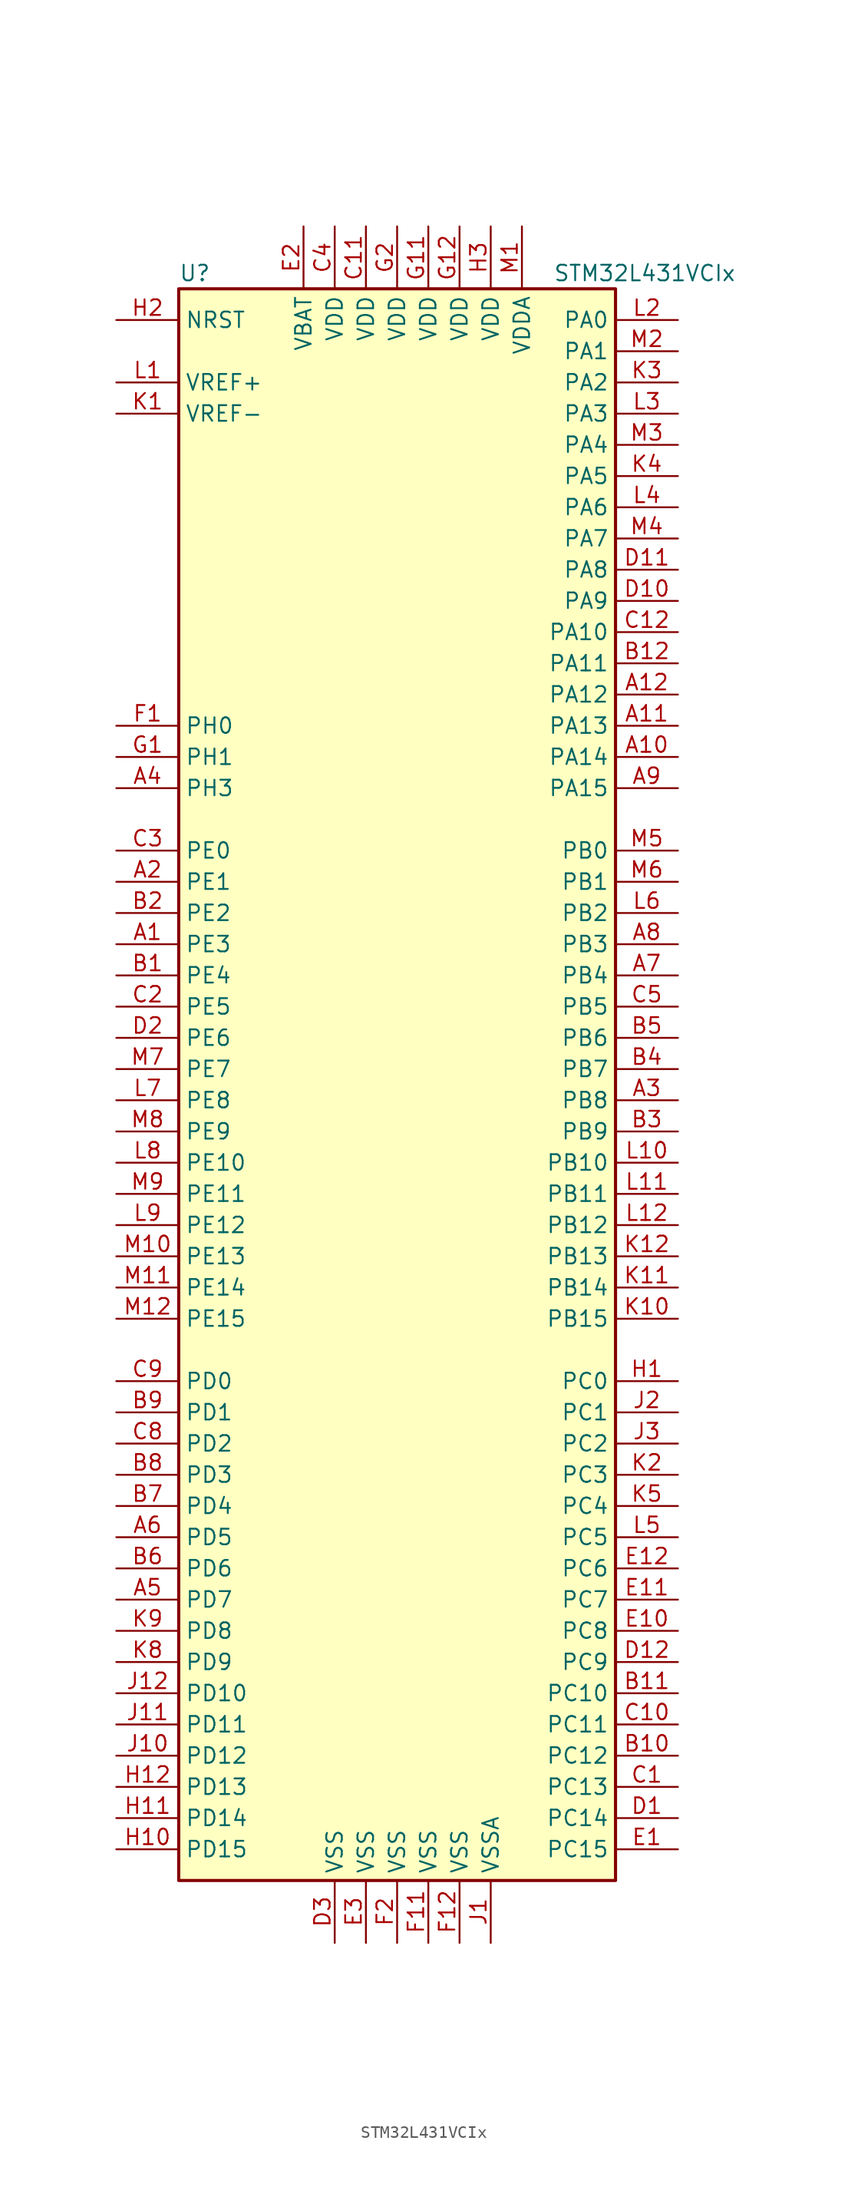
<source format=kicad_sym>
(kicad_symbol_lib
  (version 20201005)
  (generator kicad_symbol_editor)
  (symbol "STM32L431VCIx"
    (property "Reference" "U"
      (at -17.78 64.77 0)
      (effects (font (size 1.27 1.27)) (justify left)))
    (property "Value" "STM32L431VCIx"
      (at 12.7 64.77 0)
      (effects (font (size 1.27 1.27)) (justify left)))
    (symbol "STM32L431VCIx_0_1"
      (rectangle (start -17.78 -66.04) (end 17.78 63.5) (stroke (width 0.254)) (fill (type background))))
    (symbol "STM32L431VCIx_1_1"
      (pin bidirectional line (at -22.86 10.16 0) (length 5.08) (name "PE3" (effects (font (size 1.27 1.27)))) (number "A1" (effects (font (size 1.27 1.27)))))
      (pin bidirectional line (at 22.86 25.4 180) (length 5.08) (name "PA14" (effects (font (size 1.27 1.27)))) (number "A10" (effects (font (size 1.27 1.27)))))
      (pin bidirectional line (at 22.86 27.94 180) (length 5.08) (name "PA13" (effects (font (size 1.27 1.27)))) (number "A11" (effects (font (size 1.27 1.27)))))
      (pin bidirectional line (at 22.86 30.48 180) (length 5.08) (name "PA12" (effects (font (size 1.27 1.27)))) (number "A12" (effects (font (size 1.27 1.27)))))
      (pin bidirectional line (at -22.86 15.24 0) (length 5.08) (name "PE1" (effects (font (size 1.27 1.27)))) (number "A2" (effects (font (size 1.27 1.27)))))
      (pin bidirectional line (at 22.86 -2.54 180) (length 5.08) (name "PB8" (effects (font (size 1.27 1.27)))) (number "A3" (effects (font (size 1.27 1.27)))))
      (pin bidirectional line (at -22.86 22.86 0) (length 5.08) (name "PH3" (effects (font (size 1.27 1.27)))) (number "A4" (effects (font (size 1.27 1.27)))))
      (pin bidirectional line (at -22.86 -43.18 0) (length 5.08) (name "PD7" (effects (font (size 1.27 1.27)))) (number "A5" (effects (font (size 1.27 1.27)))))
      (pin bidirectional line (at -22.86 -38.1 0) (length 5.08) (name "PD5" (effects (font (size 1.27 1.27)))) (number "A6" (effects (font (size 1.27 1.27)))))
      (pin bidirectional line (at 22.86 7.62 180) (length 5.08) (name "PB4" (effects (font (size 1.27 1.27)))) (number "A7" (effects (font (size 1.27 1.27)))))
      (pin bidirectional line (at 22.86 10.16 180) (length 5.08) (name "PB3" (effects (font (size 1.27 1.27)))) (number "A8" (effects (font (size 1.27 1.27)))))
      (pin bidirectional line (at 22.86 22.86 180) (length 5.08) (name "PA15" (effects (font (size 1.27 1.27)))) (number "A9" (effects (font (size 1.27 1.27)))))
      (pin bidirectional line (at -22.86 7.62 0) (length 5.08) (name "PE4" (effects (font (size 1.27 1.27)))) (number "B1" (effects (font (size 1.27 1.27)))))
      (pin bidirectional line (at 22.86 -55.88 180) (length 5.08) (name "PC12" (effects (font (size 1.27 1.27)))) (number "B10" (effects (font (size 1.27 1.27)))))
      (pin bidirectional line (at 22.86 -50.8 180) (length 5.08) (name "PC10" (effects (font (size 1.27 1.27)))) (number "B11" (effects (font (size 1.27 1.27)))))
      (pin bidirectional line (at 22.86 33.02 180) (length 5.08) (name "PA11" (effects (font (size 1.27 1.27)))) (number "B12" (effects (font (size 1.27 1.27)))))
      (pin bidirectional line (at -22.86 12.7 0) (length 5.08) (name "PE2" (effects (font (size 1.27 1.27)))) (number "B2" (effects (font (size 1.27 1.27)))))
      (pin bidirectional line (at 22.86 -5.08 180) (length 5.08) (name "PB9" (effects (font (size 1.27 1.27)))) (number "B3" (effects (font (size 1.27 1.27)))))
      (pin bidirectional line (at 22.86 0 180) (length 5.08) (name "PB7" (effects (font (size 1.27 1.27)))) (number "B4" (effects (font (size 1.27 1.27)))))
      (pin bidirectional line (at 22.86 2.54 180) (length 5.08) (name "PB6" (effects (font (size 1.27 1.27)))) (number "B5" (effects (font (size 1.27 1.27)))))
      (pin bidirectional line (at -22.86 -40.64 0) (length 5.08) (name "PD6" (effects (font (size 1.27 1.27)))) (number "B6" (effects (font (size 1.27 1.27)))))
      (pin bidirectional line (at -22.86 -35.56 0) (length 5.08) (name "PD4" (effects (font (size 1.27 1.27)))) (number "B7" (effects (font (size 1.27 1.27)))))
      (pin bidirectional line (at -22.86 -33.02 0) (length 5.08) (name "PD3" (effects (font (size 1.27 1.27)))) (number "B8" (effects (font (size 1.27 1.27)))))
      (pin bidirectional line (at -22.86 -27.94 0) (length 5.08) (name "PD1" (effects (font (size 1.27 1.27)))) (number "B9" (effects (font (size 1.27 1.27)))))
      (pin bidirectional line (at 22.86 -58.42 180) (length 5.08) (name "PC13" (effects (font (size 1.27 1.27)))) (number "C1" (effects (font (size 1.27 1.27)))))
      (pin bidirectional line (at 22.86 -53.34 180) (length 5.08) (name "PC11" (effects (font (size 1.27 1.27)))) (number "C10" (effects (font (size 1.27 1.27)))))
      (pin power_in line (at -2.54 68.58 270) (length 5.08) (name "VDD" (effects (font (size 1.27 1.27)))) (number "C11" (effects (font (size 1.27 1.27)))))
      (pin bidirectional line (at 22.86 35.56 180) (length 5.08) (name "PA10" (effects (font (size 1.27 1.27)))) (number "C12" (effects (font (size 1.27 1.27)))))
      (pin bidirectional line (at -22.86 5.08 0) (length 5.08) (name "PE5" (effects (font (size 1.27 1.27)))) (number "C2" (effects (font (size 1.27 1.27)))))
      (pin bidirectional line (at -22.86 17.78 0) (length 5.08) (name "PE0" (effects (font (size 1.27 1.27)))) (number "C3" (effects (font (size 1.27 1.27)))))
      (pin power_in line (at -5.08 68.58 270) (length 5.08) (name "VDD" (effects (font (size 1.27 1.27)))) (number "C4" (effects (font (size 1.27 1.27)))))
      (pin bidirectional line (at 22.86 5.08 180) (length 5.08) (name "PB5" (effects (font (size 1.27 1.27)))) (number "C5" (effects (font (size 1.27 1.27)))))
      (pin bidirectional line (at -22.86 -30.48 0) (length 5.08) (name "PD2" (effects (font (size 1.27 1.27)))) (number "C8" (effects (font (size 1.27 1.27)))))
      (pin bidirectional line (at -22.86 -25.4 0) (length 5.08) (name "PD0" (effects (font (size 1.27 1.27)))) (number "C9" (effects (font (size 1.27 1.27)))))
      (pin bidirectional line (at 22.86 -60.96 180) (length 5.08) (name "PC14" (effects (font (size 1.27 1.27)))) (number "D1" (effects (font (size 1.27 1.27)))))
      (pin bidirectional line (at 22.86 38.1 180) (length 5.08) (name "PA9" (effects (font (size 1.27 1.27)))) (number "D10" (effects (font (size 1.27 1.27)))))
      (pin bidirectional line (at 22.86 40.64 180) (length 5.08) (name "PA8" (effects (font (size 1.27 1.27)))) (number "D11" (effects (font (size 1.27 1.27)))))
      (pin bidirectional line (at 22.86 -48.26 180) (length 5.08) (name "PC9" (effects (font (size 1.27 1.27)))) (number "D12" (effects (font (size 1.27 1.27)))))
      (pin bidirectional line (at -22.86 2.54 0) (length 5.08) (name "PE6" (effects (font (size 1.27 1.27)))) (number "D2" (effects (font (size 1.27 1.27)))))
      (pin power_in line (at -5.08 -71.12 90) (length 5.08) (name "VSS" (effects (font (size 1.27 1.27)))) (number "D3" (effects (font (size 1.27 1.27)))))
      (pin bidirectional line (at 22.86 -63.5 180) (length 5.08) (name "PC15" (effects (font (size 1.27 1.27)))) (number "E1" (effects (font (size 1.27 1.27)))))
      (pin bidirectional line (at 22.86 -45.72 180) (length 5.08) (name "PC8" (effects (font (size 1.27 1.27)))) (number "E10" (effects (font (size 1.27 1.27)))))
      (pin bidirectional line (at 22.86 -43.18 180) (length 5.08) (name "PC7" (effects (font (size 1.27 1.27)))) (number "E11" (effects (font (size 1.27 1.27)))))
      (pin bidirectional line (at 22.86 -40.64 180) (length 5.08) (name "PC6" (effects (font (size 1.27 1.27)))) (number "E12" (effects (font (size 1.27 1.27)))))
      (pin power_in line (at -7.62 68.58 270) (length 5.08) (name "VBAT" (effects (font (size 1.27 1.27)))) (number "E2" (effects (font (size 1.27 1.27)))))
      (pin power_in line (at -2.54 -71.12 90) (length 5.08) (name "VSS" (effects (font (size 1.27 1.27)))) (number "E3" (effects (font (size 1.27 1.27)))))
      (pin input line (at -22.86 27.94 0) (length 5.08) (name "PH0" (effects (font (size 1.27 1.27)))) (number "F1" (effects (font (size 1.27 1.27)))))
      (pin power_in line (at 2.54 -71.12 90) (length 5.08) (name "VSS" (effects (font (size 1.27 1.27)))) (number "F11" (effects (font (size 1.27 1.27)))))
      (pin power_in line (at 5.08 -71.12 90) (length 5.08) (name "VSS" (effects (font (size 1.27 1.27)))) (number "F12" (effects (font (size 1.27 1.27)))))
      (pin power_in line (at 0 -71.12 90) (length 5.08) (name "VSS" (effects (font (size 1.27 1.27)))) (number "F2" (effects (font (size 1.27 1.27)))))
      (pin input line (at -22.86 25.4 0) (length 5.08) (name "PH1" (effects (font (size 1.27 1.27)))) (number "G1" (effects (font (size 1.27 1.27)))))
      (pin power_in line (at 2.54 68.58 270) (length 5.08) (name "VDD" (effects (font (size 1.27 1.27)))) (number "G11" (effects (font (size 1.27 1.27)))))
      (pin power_in line (at 5.08 68.58 270) (length 5.08) (name "VDD" (effects (font (size 1.27 1.27)))) (number "G12" (effects (font (size 1.27 1.27)))))
      (pin power_in line (at 0 68.58 270) (length 5.08) (name "VDD" (effects (font (size 1.27 1.27)))) (number "G2" (effects (font (size 1.27 1.27)))))
      (pin bidirectional line (at 22.86 -25.4 180) (length 5.08) (name "PC0" (effects (font (size 1.27 1.27)))) (number "H1" (effects (font (size 1.27 1.27)))))
      (pin bidirectional line (at -22.86 -63.5 0) (length 5.08) (name "PD15" (effects (font (size 1.27 1.27)))) (number "H10" (effects (font (size 1.27 1.27)))))
      (pin bidirectional line (at -22.86 -60.96 0) (length 5.08) (name "PD14" (effects (font (size 1.27 1.27)))) (number "H11" (effects (font (size 1.27 1.27)))))
      (pin bidirectional line (at -22.86 -58.42 0) (length 5.08) (name "PD13" (effects (font (size 1.27 1.27)))) (number "H12" (effects (font (size 1.27 1.27)))))
      (pin input line (at -22.86 60.96 0) (length 5.08) (name "NRST" (effects (font (size 1.27 1.27)))) (number "H2" (effects (font (size 1.27 1.27)))))
      (pin power_in line (at 7.62 68.58 270) (length 5.08) (name "VDD" (effects (font (size 1.27 1.27)))) (number "H3" (effects (font (size 1.27 1.27)))))
      (pin power_in line (at 7.62 -71.12 90) (length 5.08) (name "VSSA" (effects (font (size 1.27 1.27)))) (number "J1" (effects (font (size 1.27 1.27)))))
      (pin bidirectional line (at -22.86 -55.88 0) (length 5.08) (name "PD12" (effects (font (size 1.27 1.27)))) (number "J10" (effects (font (size 1.27 1.27)))))
      (pin bidirectional line (at -22.86 -53.34 0) (length 5.08) (name "PD11" (effects (font (size 1.27 1.27)))) (number "J11" (effects (font (size 1.27 1.27)))))
      (pin bidirectional line (at -22.86 -50.8 0) (length 5.08) (name "PD10" (effects (font (size 1.27 1.27)))) (number "J12" (effects (font (size 1.27 1.27)))))
      (pin bidirectional line (at 22.86 -27.94 180) (length 5.08) (name "PC1" (effects (font (size 1.27 1.27)))) (number "J2" (effects (font (size 1.27 1.27)))))
      (pin bidirectional line (at 22.86 -30.48 180) (length 5.08) (name "PC2" (effects (font (size 1.27 1.27)))) (number "J3" (effects (font (size 1.27 1.27)))))
      (pin power_in line (at -22.86 53.34 0) (length 5.08) (name "VREF-" (effects (font (size 1.27 1.27)))) (number "K1" (effects (font (size 1.27 1.27)))))
      (pin bidirectional line (at 22.86 -20.32 180) (length 5.08) (name "PB15" (effects (font (size 1.27 1.27)))) (number "K10" (effects (font (size 1.27 1.27)))))
      (pin bidirectional line (at 22.86 -17.78 180) (length 5.08) (name "PB14" (effects (font (size 1.27 1.27)))) (number "K11" (effects (font (size 1.27 1.27)))))
      (pin bidirectional line (at 22.86 -15.24 180) (length 5.08) (name "PB13" (effects (font (size 1.27 1.27)))) (number "K12" (effects (font (size 1.27 1.27)))))
      (pin bidirectional line (at 22.86 -33.02 180) (length 5.08) (name "PC3" (effects (font (size 1.27 1.27)))) (number "K2" (effects (font (size 1.27 1.27)))))
      (pin bidirectional line (at 22.86 55.88 180) (length 5.08) (name "PA2" (effects (font (size 1.27 1.27)))) (number "K3" (effects (font (size 1.27 1.27)))))
      (pin bidirectional line (at 22.86 48.26 180) (length 5.08) (name "PA5" (effects (font (size 1.27 1.27)))) (number "K4" (effects (font (size 1.27 1.27)))))
      (pin bidirectional line (at 22.86 -35.56 180) (length 5.08) (name "PC4" (effects (font (size 1.27 1.27)))) (number "K5" (effects (font (size 1.27 1.27)))))
      (pin bidirectional line (at -22.86 -48.26 0) (length 5.08) (name "PD9" (effects (font (size 1.27 1.27)))) (number "K8" (effects (font (size 1.27 1.27)))))
      (pin bidirectional line (at -22.86 -45.72 0) (length 5.08) (name "PD8" (effects (font (size 1.27 1.27)))) (number "K9" (effects (font (size 1.27 1.27)))))
      (pin bidirectional line (at -22.86 55.88 0) (length 5.08) (name "VREF+" (effects (font (size 1.27 1.27)))) (number "L1" (effects (font (size 1.27 1.27)))))
      (pin bidirectional line (at 22.86 -7.62 180) (length 5.08) (name "PB10" (effects (font (size 1.27 1.27)))) (number "L10" (effects (font (size 1.27 1.27)))))
      (pin bidirectional line (at 22.86 -10.16 180) (length 5.08) (name "PB11" (effects (font (size 1.27 1.27)))) (number "L11" (effects (font (size 1.27 1.27)))))
      (pin bidirectional line (at 22.86 -12.7 180) (length 5.08) (name "PB12" (effects (font (size 1.27 1.27)))) (number "L12" (effects (font (size 1.27 1.27)))))
      (pin bidirectional line (at 22.86 60.96 180) (length 5.08) (name "PA0" (effects (font (size 1.27 1.27)))) (number "L2" (effects (font (size 1.27 1.27)))))
      (pin bidirectional line (at 22.86 53.34 180) (length 5.08) (name "PA3" (effects (font (size 1.27 1.27)))) (number "L3" (effects (font (size 1.27 1.27)))))
      (pin bidirectional line (at 22.86 45.72 180) (length 5.08) (name "PA6" (effects (font (size 1.27 1.27)))) (number "L4" (effects (font (size 1.27 1.27)))))
      (pin bidirectional line (at 22.86 -38.1 180) (length 5.08) (name "PC5" (effects (font (size 1.27 1.27)))) (number "L5" (effects (font (size 1.27 1.27)))))
      (pin bidirectional line (at 22.86 12.7 180) (length 5.08) (name "PB2" (effects (font (size 1.27 1.27)))) (number "L6" (effects (font (size 1.27 1.27)))))
      (pin bidirectional line (at -22.86 -2.54 0) (length 5.08) (name "PE8" (effects (font (size 1.27 1.27)))) (number "L7" (effects (font (size 1.27 1.27)))))
      (pin bidirectional line (at -22.86 -7.62 0) (length 5.08) (name "PE10" (effects (font (size 1.27 1.27)))) (number "L8" (effects (font (size 1.27 1.27)))))
      (pin bidirectional line (at -22.86 -12.7 0) (length 5.08) (name "PE12" (effects (font (size 1.27 1.27)))) (number "L9" (effects (font (size 1.27 1.27)))))
      (pin power_in line (at 10.16 68.58 270) (length 5.08) (name "VDDA" (effects (font (size 1.27 1.27)))) (number "M1" (effects (font (size 1.27 1.27)))))
      (pin bidirectional line (at -22.86 -15.24 0) (length 5.08) (name "PE13" (effects (font (size 1.27 1.27)))) (number "M10" (effects (font (size 1.27 1.27)))))
      (pin bidirectional line (at -22.86 -17.78 0) (length 5.08) (name "PE14" (effects (font (size 1.27 1.27)))) (number "M11" (effects (font (size 1.27 1.27)))))
      (pin bidirectional line (at -22.86 -20.32 0) (length 5.08) (name "PE15" (effects (font (size 1.27 1.27)))) (number "M12" (effects (font (size 1.27 1.27)))))
      (pin bidirectional line (at 22.86 58.42 180) (length 5.08) (name "PA1" (effects (font (size 1.27 1.27)))) (number "M2" (effects (font (size 1.27 1.27)))))
      (pin bidirectional line (at 22.86 50.8 180) (length 5.08) (name "PA4" (effects (font (size 1.27 1.27)))) (number "M3" (effects (font (size 1.27 1.27)))))
      (pin bidirectional line (at 22.86 43.18 180) (length 5.08) (name "PA7" (effects (font (size 1.27 1.27)))) (number "M4" (effects (font (size 1.27 1.27)))))
      (pin bidirectional line (at 22.86 17.78 180) (length 5.08) (name "PB0" (effects (font (size 1.27 1.27)))) (number "M5" (effects (font (size 1.27 1.27)))))
      (pin bidirectional line (at 22.86 15.24 180) (length 5.08) (name "PB1" (effects (font (size 1.27 1.27)))) (number "M6" (effects (font (size 1.27 1.27)))))
      (pin bidirectional line (at -22.86 0 0) (length 5.08) (name "PE7" (effects (font (size 1.27 1.27)))) (number "M7" (effects (font (size 1.27 1.27)))))
      (pin bidirectional line (at -22.86 -5.08 0) (length 5.08) (name "PE9" (effects (font (size 1.27 1.27)))) (number "M8" (effects (font (size 1.27 1.27)))))
      (pin bidirectional line (at -22.86 -10.16 0) (length 5.08) (name "PE11" (effects (font (size 1.27 1.27)))) (number "M9" (effects (font (size 1.27 1.27))))))))
</source>
